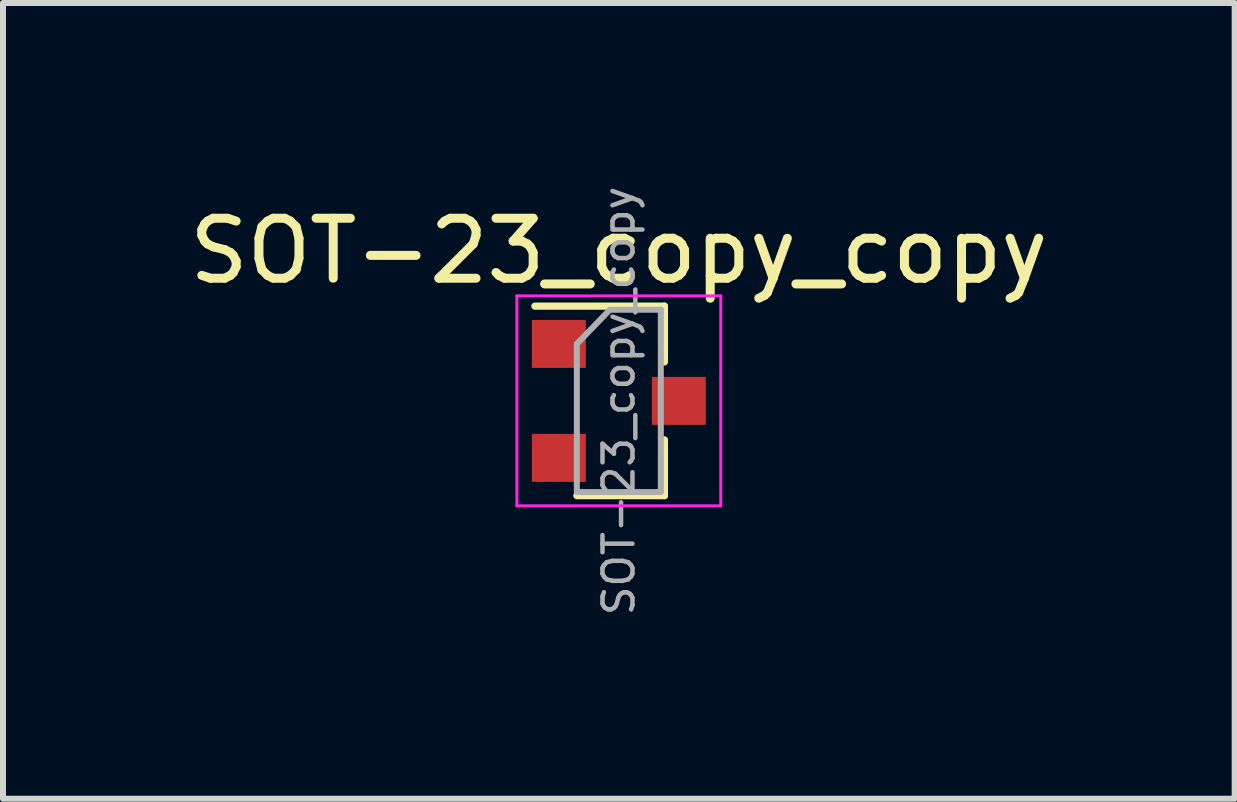
<source format=kicad_pcb>
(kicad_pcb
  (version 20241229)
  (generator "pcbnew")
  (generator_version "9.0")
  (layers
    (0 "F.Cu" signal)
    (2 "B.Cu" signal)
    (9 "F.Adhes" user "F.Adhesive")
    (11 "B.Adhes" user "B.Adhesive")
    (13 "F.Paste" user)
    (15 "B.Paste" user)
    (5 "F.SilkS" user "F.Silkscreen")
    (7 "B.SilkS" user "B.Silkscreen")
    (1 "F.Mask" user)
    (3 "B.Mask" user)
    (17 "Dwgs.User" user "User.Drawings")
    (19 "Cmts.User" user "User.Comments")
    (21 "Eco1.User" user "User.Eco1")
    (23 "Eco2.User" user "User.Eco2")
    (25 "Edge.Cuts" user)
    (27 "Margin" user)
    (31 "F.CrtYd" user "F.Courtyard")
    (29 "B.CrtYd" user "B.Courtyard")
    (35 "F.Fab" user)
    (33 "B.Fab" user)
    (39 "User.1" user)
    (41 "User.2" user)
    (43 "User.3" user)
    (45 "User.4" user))
  (footprint "SOT-23_copy_copy"
    (layer "F.Cu")
    (at 7.268 3.634)
    (property "Reference" "SOT-23_copy_copy" (at 0 -2.5 0) (layer "F.SilkS") (effects (font (size 1 1) (thickness 0.15))))
    (attr smd)
    (fp_line (start 0.76 -1.58) (end -1.4 -1.58) (stroke (width 0.12) (type solid)) (layer "F.SilkS"))
    (fp_line (start 0.76 -1.58) (end 0.76 -0.65) (stroke (width 0.12) (type solid)) (layer "F.SilkS"))
    (fp_line (start 0.76 1.58) (end -0.7 1.58) (stroke (width 0.12) (type solid)) (layer "F.SilkS"))
    (fp_line (start 0.76 1.58) (end 0.76 0.65) (stroke (width 0.12) (type solid)) (layer "F.SilkS"))
    (fp_line (start -1.7 -1.75) (end 1.7 -1.75) (stroke (width 0.05) (type solid)) (layer "F.CrtYd"))
    (fp_line (start -1.7 1.75) (end -1.7 -1.75) (stroke (width 0.05) (type solid)) (layer "F.CrtYd"))
    (fp_line (start 1.7 -1.75) (end 1.7 1.75) (stroke (width 0.05) (type solid)) (layer "F.CrtYd"))
    (fp_line (start 1.7 1.75) (end -1.7 1.75) (stroke (width 0.05) (type solid)) (layer "F.CrtYd"))
    (fp_line (start -0.7 -0.95) (end -0.7 1.5) (stroke (width 0.1) (type solid)) (layer "F.Fab"))
    (fp_line (start -0.7 -0.95) (end -0.15 -1.52) (stroke (width 0.1) (type solid)) (layer "F.Fab"))
    (fp_line (start -0.7 1.52) (end 0.7 1.52) (stroke (width 0.1) (type solid)) (layer "F.Fab"))
    (fp_line (start -0.15 -1.52) (end 0.7 -1.52) (stroke (width 0.1) (type solid)) (layer "F.Fab"))
    (fp_line (start 0.7 -1.52) (end 0.7 1.52) (stroke (width 0.1) (type solid)) (layer "F.Fab"))
    (fp_text user "${REFERENCE}" (at 0 0 90) (layer "F.Fab") (effects (font (size 0.5 0.5) (thickness 0.075))))
    (pad "1" smd rect (at -1 -0.95) (size 0.9 0.8) (layers "F.Cu" "F.Mask" "F.Paste"))
    (pad "2" smd rect (at -1 0.95) (size 0.9 0.8) (layers "F.Cu" "F.Mask" "F.Paste"))
    (pad "3" smd rect (at 1 0) (size 0.9 0.8) (layers "F.Cu" "F.Mask" "F.Paste")))
  (gr_rect
    (start -3 -3)
    (end 17.536 10.268)
    (stroke (width 0.1) (type default))
    (fill no)
    (layer "Edge.Cuts")))
</source>
